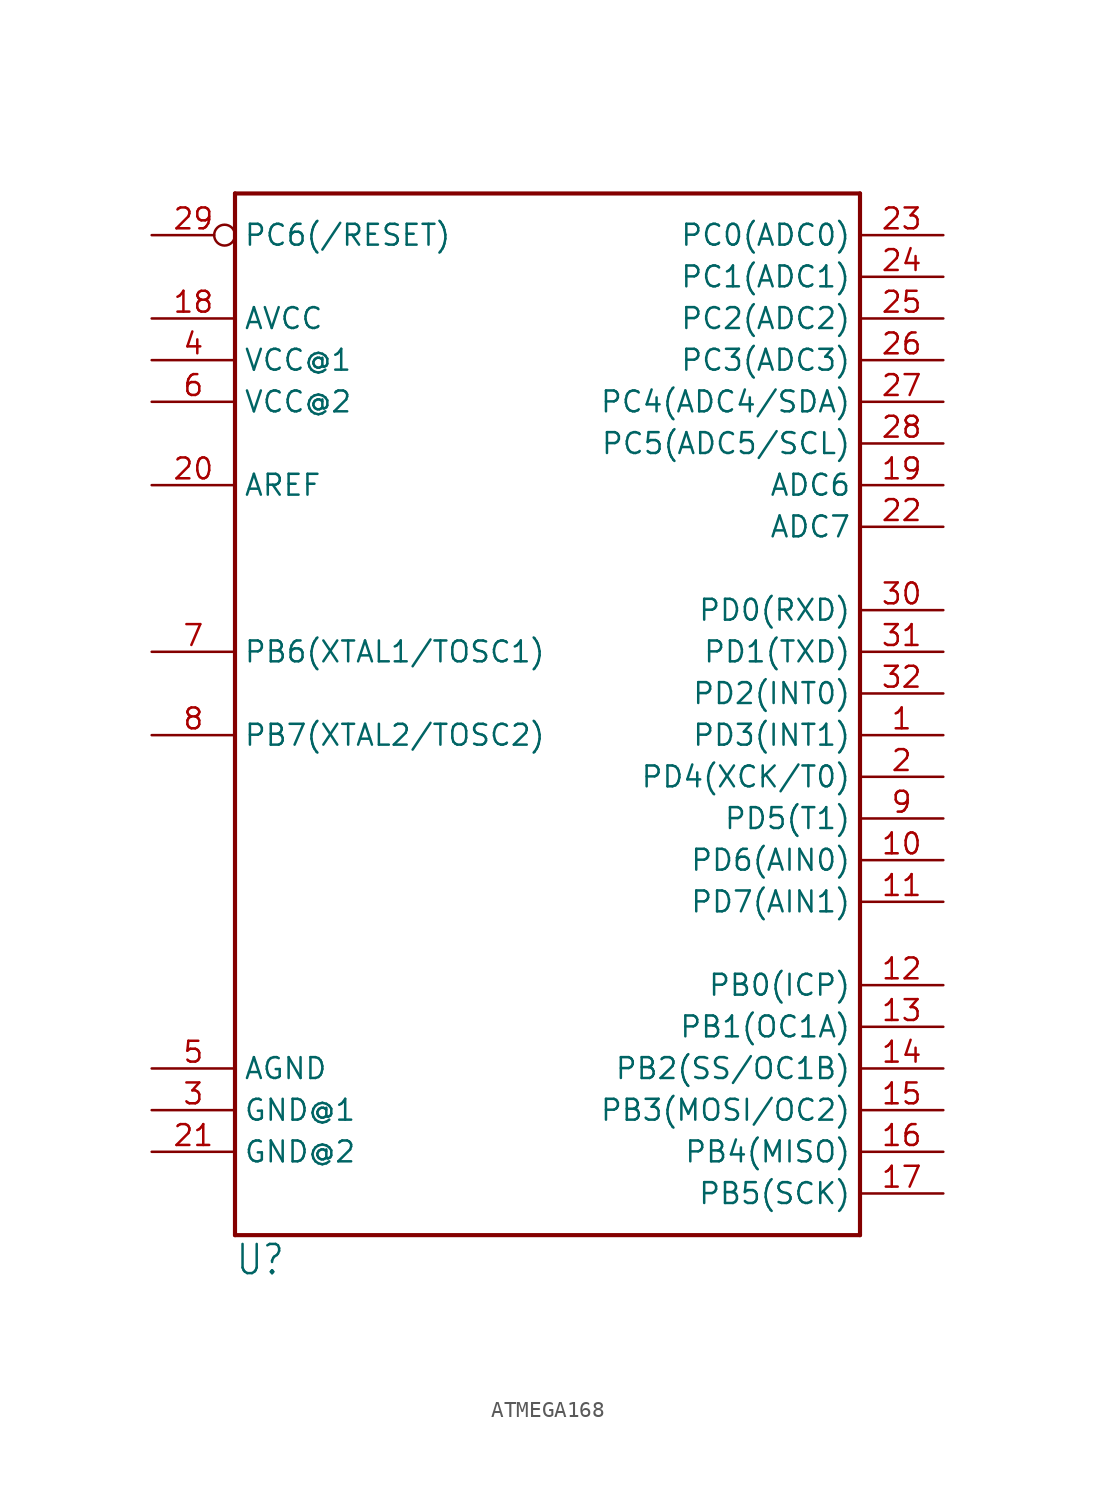
<source format=kicad_sym>
(kicad_symbol_lib
  (version 20231120)
  (generator "kicad_symbol_editor")
  (generator_version "8.0")
  (symbol "ATMEGA168"
    (property "Reference" "U"
      (at -17.78 -38.1 0)
      (effects (font (size 1.778 1.511)) (justify left bottom)))
    (property "Value" ""
      (at -17.78 28.448 0)
      (effects (font (size 1.778 1.511)) (justify left bottom)))
    (property "ki_locked" ""
      (at 0 0 0)
      (effects (font (size 1.27 1.27))))
    (symbol "ATMEGA168_1_0"
      (polyline (pts (xy -17.78 -35.56) (xy -17.78 27.94)) (stroke (width 0.254) (type solid)) (fill (type none)))
      (polyline (pts (xy -17.78 27.94) (xy 20.32 27.94)) (stroke (width 0.254) (type solid)) (fill (type none)))
      (polyline (pts (xy 20.32 -35.56) (xy -17.78 -35.56)) (stroke (width 0.254) (type solid)) (fill (type none)))
      (polyline (pts (xy 20.32 27.94) (xy 20.32 -35.56)) (stroke (width 0.254) (type solid)) (fill (type none)))
      (pin bidirectional line (at 25.4 -5.08 180) (length 5.08) (name "PD3(INT1)" (effects (font (size 1.27 1.27)))) (number "1" (effects (font (size 1.27 1.27)))))
      (pin bidirectional line (at 25.4 -12.7 180) (length 5.08) (name "PD6(AIN0)" (effects (font (size 1.27 1.27)))) (number "10" (effects (font (size 1.27 1.27)))))
      (pin bidirectional line (at 25.4 -15.24 180) (length 5.08) (name "PD7(AIN1)" (effects (font (size 1.27 1.27)))) (number "11" (effects (font (size 1.27 1.27)))))
      (pin bidirectional line (at 25.4 -20.32 180) (length 5.08) (name "PB0(ICP)" (effects (font (size 1.27 1.27)))) (number "12" (effects (font (size 1.27 1.27)))))
      (pin bidirectional line (at 25.4 -22.86 180) (length 5.08) (name "PB1(OC1A)" (effects (font (size 1.27 1.27)))) (number "13" (effects (font (size 1.27 1.27)))))
      (pin bidirectional line (at 25.4 -25.4 180) (length 5.08) (name "PB2(SS/OC1B)" (effects (font (size 1.27 1.27)))) (number "14" (effects (font (size 1.27 1.27)))))
      (pin bidirectional line (at 25.4 -27.94 180) (length 5.08) (name "PB3(MOSI/OC2)" (effects (font (size 1.27 1.27)))) (number "15" (effects (font (size 1.27 1.27)))))
      (pin bidirectional line (at 25.4 -30.48 180) (length 5.08) (name "PB4(MISO)" (effects (font (size 1.27 1.27)))) (number "16" (effects (font (size 1.27 1.27)))))
      (pin bidirectional line (at 25.4 -33.02 180) (length 5.08) (name "PB5(SCK)" (effects (font (size 1.27 1.27)))) (number "17" (effects (font (size 1.27 1.27)))))
      (pin bidirectional line (at -22.86 20.32 0) (length 5.08) (name "AVCC" (effects (font (size 1.27 1.27)))) (number "18" (effects (font (size 1.27 1.27)))))
      (pin bidirectional line (at 25.4 10.16 180) (length 5.08) (name "ADC6" (effects (font (size 1.27 1.27)))) (number "19" (effects (font (size 1.27 1.27)))))
      (pin bidirectional line (at 25.4 -7.62 180) (length 5.08) (name "PD4(XCK/T0)" (effects (font (size 1.27 1.27)))) (number "2" (effects (font (size 1.27 1.27)))))
      (pin bidirectional line (at -22.86 10.16 0) (length 5.08) (name "AREF" (effects (font (size 1.27 1.27)))) (number "20" (effects (font (size 1.27 1.27)))))
      (pin bidirectional line (at -22.86 -30.48 0) (length 5.08) (name "GND@2" (effects (font (size 1.27 1.27)))) (number "21" (effects (font (size 1.27 1.27)))))
      (pin bidirectional line (at 25.4 7.62 180) (length 5.08) (name "ADC7" (effects (font (size 1.27 1.27)))) (number "22" (effects (font (size 1.27 1.27)))))
      (pin bidirectional line (at 25.4 25.4 180) (length 5.08) (name "PC0(ADC0)" (effects (font (size 1.27 1.27)))) (number "23" (effects (font (size 1.27 1.27)))))
      (pin bidirectional line (at 25.4 22.86 180) (length 5.08) (name "PC1(ADC1)" (effects (font (size 1.27 1.27)))) (number "24" (effects (font (size 1.27 1.27)))))
      (pin bidirectional line (at 25.4 20.32 180) (length 5.08) (name "PC2(ADC2)" (effects (font (size 1.27 1.27)))) (number "25" (effects (font (size 1.27 1.27)))))
      (pin bidirectional line (at 25.4 17.78 180) (length 5.08) (name "PC3(ADC3)" (effects (font (size 1.27 1.27)))) (number "26" (effects (font (size 1.27 1.27)))))
      (pin bidirectional line (at 25.4 15.24 180) (length 5.08) (name "PC4(ADC4/SDA)" (effects (font (size 1.27 1.27)))) (number "27" (effects (font (size 1.27 1.27)))))
      (pin bidirectional line (at 25.4 12.7 180) (length 5.08) (name "PC5(ADC5/SCL)" (effects (font (size 1.27 1.27)))) (number "28" (effects (font (size 1.27 1.27)))))
      (pin bidirectional inverted (at -22.86 25.4 0) (length 5.08) (name "PC6(/RESET)" (effects (font (size 1.27 1.27)))) (number "29" (effects (font (size 1.27 1.27)))))
      (pin bidirectional line (at -22.86 -27.94 0) (length 5.08) (name "GND@1" (effects (font (size 1.27 1.27)))) (number "3" (effects (font (size 1.27 1.27)))))
      (pin bidirectional line (at 25.4 2.54 180) (length 5.08) (name "PD0(RXD)" (effects (font (size 1.27 1.27)))) (number "30" (effects (font (size 1.27 1.27)))))
      (pin bidirectional line (at 25.4 0 180) (length 5.08) (name "PD1(TXD)" (effects (font (size 1.27 1.27)))) (number "31" (effects (font (size 1.27 1.27)))))
      (pin bidirectional line (at 25.4 -2.54 180) (length 5.08) (name "PD2(INT0)" (effects (font (size 1.27 1.27)))) (number "32" (effects (font (size 1.27 1.27)))))
      (pin bidirectional line (at -22.86 17.78 0) (length 5.08) (name "VCC@1" (effects (font (size 1.27 1.27)))) (number "4" (effects (font (size 1.27 1.27)))))
      (pin bidirectional line (at -22.86 -25.4 0) (length 5.08) (name "AGND" (effects (font (size 1.27 1.27)))) (number "5" (effects (font (size 1.27 1.27)))))
      (pin bidirectional line (at -22.86 15.24 0) (length 5.08) (name "VCC@2" (effects (font (size 1.27 1.27)))) (number "6" (effects (font (size 1.27 1.27)))))
      (pin bidirectional line (at -22.86 0 0) (length 5.08) (name "PB6(XTAL1/TOSC1)" (effects (font (size 1.27 1.27)))) (number "7" (effects (font (size 1.27 1.27)))))
      (pin bidirectional line (at -22.86 -5.08 0) (length 5.08) (name "PB7(XTAL2/TOSC2)" (effects (font (size 1.27 1.27)))) (number "8" (effects (font (size 1.27 1.27)))))
      (pin bidirectional line (at 25.4 -10.16 180) (length 5.08) (name "PD5(T1)" (effects (font (size 1.27 1.27)))) (number "9" (effects (font (size 1.27 1.27))))))))
</source>
